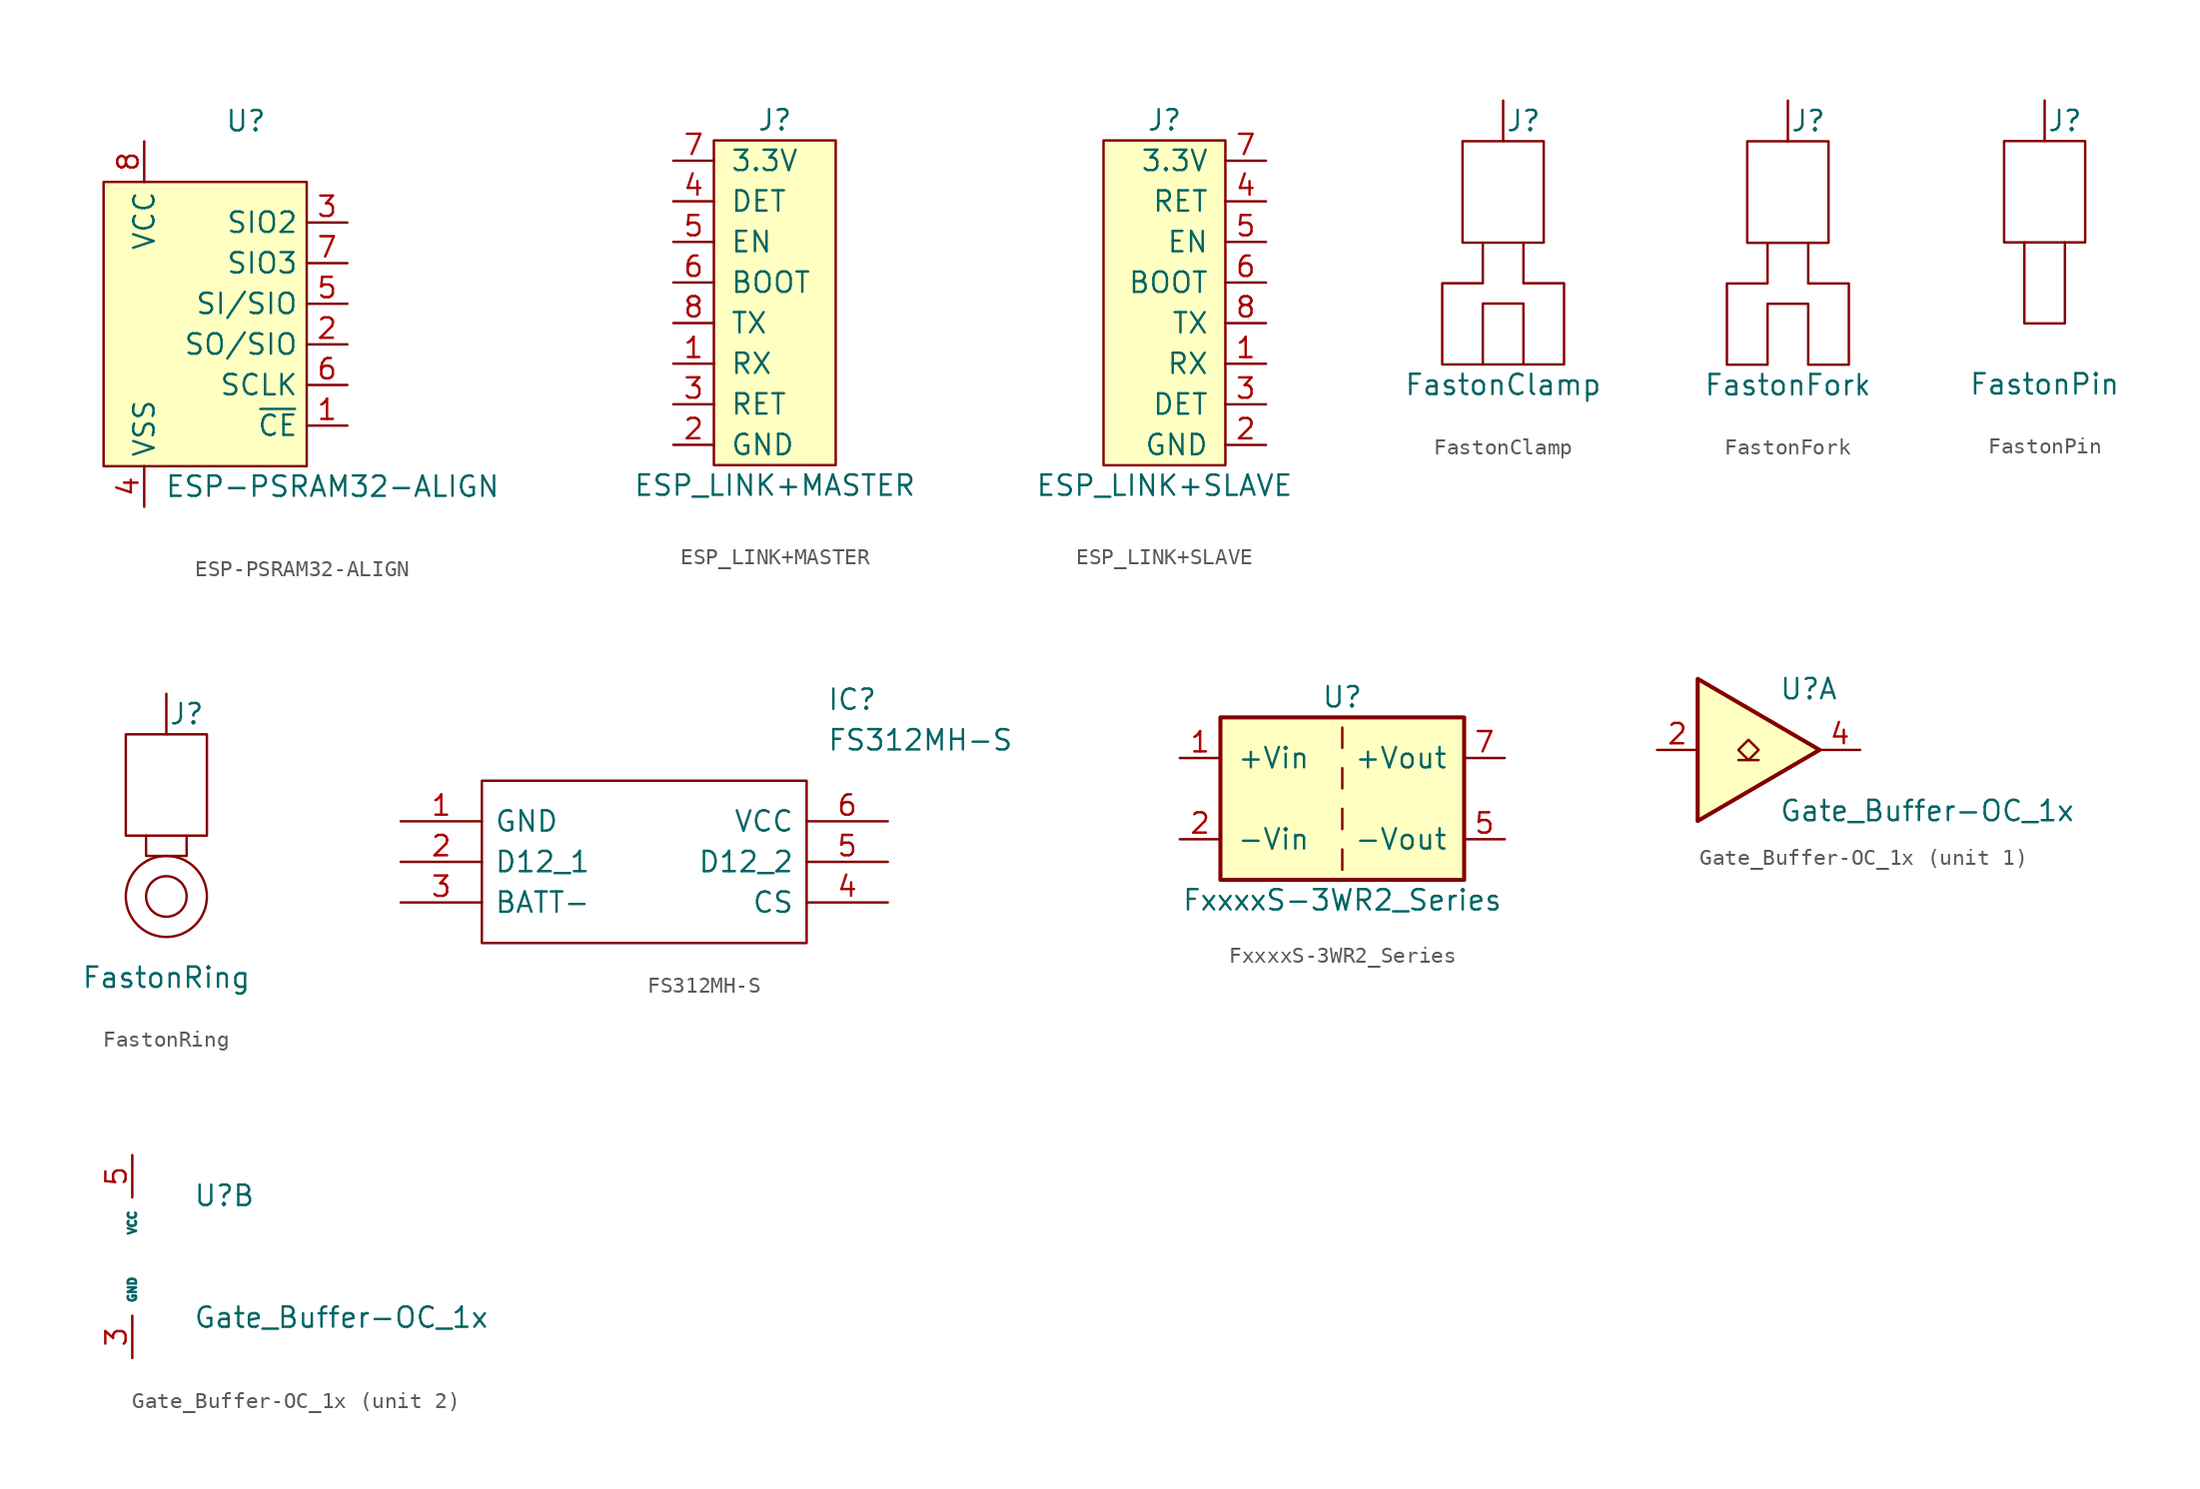
<source format=kicad_sym>
(kicad_symbol_lib
  (version 20211014)
  (generator kicad_symbol_editor)
  (symbol "ESP-PSRAM32-ALIGN"
    (property "Reference" "U"
      (at 3.81 11.43 0)
      (effects (font (size 1.27 1.27))))
    (property "Value" "ESP-PSRAM32-ALIGN"
      (at -1.27 -11.43 0)
      (effects (font (size 1.27 1.27)) (justify left)))
    (symbol "ESP-PSRAM32-ALIGN_0_1"
      (rectangle (start 7.62 -10.16) (end -5.08 7.62) (stroke (width 0) (type default) (color 0 0 0 0)) (fill (type background))))
    (symbol "ESP-PSRAM32-ALIGN_1_1"
      (pin input line (at 10.16 -7.62 180) (length 2.54) (name "~{CE}" (effects (font (size 1.27 1.27)))) (number "1" (effects (font (size 1.27 1.27)))))
      (pin output line (at 10.16 -2.54 180) (length 2.54) (name "SO/SIO" (effects (font (size 1.27 1.27)))) (number "2" (effects (font (size 1.27 1.27)))))
      (pin bidirectional line (at 10.16 5.08 180) (length 2.54) (name "SIO2" (effects (font (size 1.27 1.27)))) (number "3" (effects (font (size 1.27 1.27)))))
      (pin power_in line (at -2.54 -12.7 90) (length 2.54) (name "VSS" (effects (font (size 1.27 1.27)))) (number "4" (effects (font (size 1.27 1.27)))))
      (pin input line (at 10.16 0 180) (length 2.54) (name "SI/SIO" (effects (font (size 1.27 1.27)))) (number "5" (effects (font (size 1.27 1.27)))))
      (pin output line (at 10.16 -5.08 180) (length 2.54) (name "SCLK" (effects (font (size 1.27 1.27)))) (number "6" (effects (font (size 1.27 1.27)))))
      (pin bidirectional line (at 10.16 2.54 180) (length 2.54) (name "SIO3" (effects (font (size 1.27 1.27)))) (number "7" (effects (font (size 1.27 1.27)))))
      (pin power_in line (at -2.54 10.16 270) (length 2.54) (name "VCC" (effects (font (size 1.27 1.27)))) (number "8" (effects (font (size 1.27 1.27)))))))
  (symbol "ESP_LINK+MASTER"
    (pin_names
      (offset 1.016))
    (property "Reference" "J"
      (at 0 11.43 0)
      (effects (font (size 1.27 1.27))))
    (property "Value" "ESP_LINK+MASTER"
      (at 0 -11.43 0)
      (effects (font (size 1.27 1.27))))
    (symbol "ESP_LINK+MASTER_0_1"
      (rectangle (start 3.81 10.16) (end -3.81 -10.16) (stroke (width 0) (type default) (color 0 0 0 0)) (fill (type background))))
    (symbol "ESP_LINK+MASTER_1_1"
      (pin output line (at -6.35 -3.81 0) (length 2.54) (name "RX" (effects (font (size 1.27 1.27)))) (number "1" (effects (font (size 1.27 1.27)))))
      (pin power_in line (at -6.35 -8.89 0) (length 2.54) (name "GND" (effects (font (size 1.27 1.27)))) (number "2" (effects (font (size 1.27 1.27)))))
      (pin power_in line (at -6.35 -6.35 0) (length 2.54) (name "RET" (effects (font (size 1.27 1.27)))) (number "3" (effects (font (size 1.27 1.27)))))
      (pin output line (at -6.35 6.35 0) (length 2.54) (name "DET" (effects (font (size 1.27 1.27)))) (number "4" (effects (font (size 1.27 1.27)))))
      (pin open_collector line (at -6.35 3.81 0) (length 2.54) (name "EN" (effects (font (size 1.27 1.27)))) (number "5" (effects (font (size 1.27 1.27)))))
      (pin open_collector line (at -6.35 1.27 0) (length 2.54) (name "BOOT" (effects (font (size 1.27 1.27)))) (number "6" (effects (font (size 1.27 1.27)))))
      (pin power_in line (at -6.35 8.89 0) (length 2.54) (name "3.3V" (effects (font (size 1.27 1.27)))) (number "7" (effects (font (size 1.27 1.27)))))
      (pin input line (at -6.35 -1.27 0) (length 2.54) (name "TX" (effects (font (size 1.27 1.27)))) (number "8" (effects (font (size 1.27 1.27)))))))
  (symbol "ESP_LINK+SLAVE"
    (pin_names
      (offset 1.016))
    (property "Reference" "J"
      (at 0 11.43 0)
      (effects (font (size 1.27 1.27))))
    (property "Value" "ESP_LINK+SLAVE"
      (at 0 -11.43 0)
      (effects (font (size 1.27 1.27))))
    (symbol "ESP_LINK+SLAVE_0_1"
      (rectangle (start -3.81 10.16) (end 3.81 -10.16) (stroke (width 0) (type default) (color 0 0 0 0)) (fill (type background))))
    (symbol "ESP_LINK+SLAVE_1_1"
      (pin input line (at 6.35 -3.81 180) (length 2.54) (name "RX" (effects (font (size 1.27 1.27)))) (number "1" (effects (font (size 1.27 1.27)))))
      (pin passive line (at 6.35 -8.89 180) (length 2.54) (name "GND" (effects (font (size 1.27 1.27)))) (number "2" (effects (font (size 1.27 1.27)))))
      (pin output line (at 6.35 -6.35 180) (length 2.54) (name "DET" (effects (font (size 1.27 1.27)))) (number "3" (effects (font (size 1.27 1.27)))))
      (pin power_in line (at 6.35 6.35 180) (length 2.54) (name "RET" (effects (font (size 1.27 1.27)))) (number "4" (effects (font (size 1.27 1.27)))))
      (pin open_collector line (at 6.35 3.81 180) (length 2.54) (name "EN" (effects (font (size 1.27 1.27)))) (number "5" (effects (font (size 1.27 1.27)))))
      (pin open_collector line (at 6.35 1.27 180) (length 2.54) (name "BOOT" (effects (font (size 1.27 1.27)))) (number "6" (effects (font (size 1.27 1.27)))))
      (pin power_out line (at 6.35 8.89 180) (length 2.54) (name "3.3V" (effects (font (size 1.27 1.27)))) (number "7" (effects (font (size 1.27 1.27)))))
      (pin output line (at 6.35 -1.27 180) (length 2.54) (name "TX" (effects (font (size 1.27 1.27)))) (number "8" (effects (font (size 1.27 1.27)))))))
  (symbol "FastonClamp"
    (pin_numbers hide)
    (pin_names
      (offset 1.016))
    (property "Reference" "J"
      (at 1.27 8.89 0)
      (effects (font (size 1.27 1.27))))
    (property "Value" "FastonClamp"
      (at 0 -7.62 0)
      (effects (font (size 1.27 1.27))))
    (symbol "FastonClamp_0_1"
      (rectangle (start -2.54 7.62) (end 2.54 1.27) (stroke (width 0) (type default) (color 0 0 0 0)) (fill (type none)))
      (polyline (pts (xy -1.27 -6.35) (xy 1.27 -6.35)) (stroke (width 0) (type default) (color 0 0 0 0)) (fill (type none)))
      (polyline (pts (xy -1.27 1.27) (xy -1.27 -1.27) (xy -3.81 -1.27) (xy -3.81 -6.35) (xy -1.27 -6.35) (xy -1.27 -2.54) (xy 1.27 -2.54) (xy 1.27 -6.35) (xy 3.81 -6.35) (xy 3.81 -1.27) (xy 1.27 -1.27) (xy 1.27 1.27)) (stroke (width 0) (type default) (color 0 0 0 0)) (fill (type none))))
    (symbol "FastonClamp_1_1"
      (pin passive line (at 0 10.16 270) (length 2.54) (name "~" (effects (font (size 1.27 1.27)))) (number "1" (effects (font (size 1.27 1.27)))))))
  (symbol "FastonFork"
    (pin_numbers hide)
    (pin_names
      (offset 1.016))
    (property "Reference" "J"
      (at 1.27 8.89 0)
      (effects (font (size 1.27 1.27))))
    (property "Value" "FastonFork"
      (at 0 -7.62 0)
      (effects (font (size 1.27 1.27))))
    (symbol "FastonFork_0_1"
      (rectangle (start -2.54 7.62) (end 2.54 1.27) (stroke (width 0) (type default) (color 0 0 0 0)) (fill (type none)))
      (polyline (pts (xy -1.27 1.27) (xy -1.27 -1.27) (xy -3.81 -1.27) (xy -3.81 -6.35) (xy -1.27 -6.35) (xy -1.27 -2.54) (xy 1.27 -2.54) (xy 1.27 -6.35) (xy 3.81 -6.35) (xy 3.81 -1.27) (xy 1.27 -1.27) (xy 1.27 1.27)) (stroke (width 0) (type default) (color 0 0 0 0)) (fill (type none))))
    (symbol "FastonFork_1_1"
      (pin passive line (at 0 10.16 270) (length 2.54) (name "~" (effects (font (size 1.27 1.27)))) (number "1" (effects (font (size 1.27 1.27)))))))
  (symbol "FastonPin"
    (pin_numbers hide)
    (pin_names
      (offset 1.016))
    (property "Reference" "J"
      (at 1.27 8.89 0)
      (effects (font (size 1.27 1.27))))
    (property "Value" "FastonPin"
      (at 0 -7.62 0)
      (effects (font (size 1.27 1.27))))
    (symbol "FastonPin_0_1"
      (rectangle (start -2.54 7.62) (end 2.54 1.27) (stroke (width 0) (type default) (color 0 0 0 0)) (fill (type none)))
      (polyline (pts (xy 1.27 1.27) (xy 1.27 -3.81) (xy -1.27 -3.81) (xy -1.27 1.27)) (stroke (width 0) (type default) (color 0 0 0 0)) (fill (type none))))
    (symbol "FastonPin_1_1"
      (pin passive line (at 0 10.16 270) (length 2.54) (name "~" (effects (font (size 1.27 1.27)))) (number "1" (effects (font (size 1.27 1.27)))))))
  (symbol "FastonRing"
    (pin_numbers hide)
    (pin_names
      (offset 1.016))
    (property "Reference" "J"
      (at 1.27 8.89 0)
      (effects (font (size 1.27 1.27))))
    (property "Value" "FastonRing"
      (at 0 -7.62 0)
      (effects (font (size 1.27 1.27))))
    (symbol "FastonRing_0_1"
      (rectangle (start -2.54 7.62) (end 2.54 1.27) (stroke (width 0) (type default) (color 0 0 0 0)) (fill (type none)))
      (circle (center 0 -2.54) (radius 1.27) (stroke (width 0) (type default) (color 0 0 0 0)) (fill (type none)))
      (circle (center 0 -2.54) (radius 2.54) (stroke (width 0) (type default) (color 0 0 0 0)) (fill (type none)))
      (polyline (pts (xy -1.27 1.27) (xy -1.27 0) (xy 1.27 0) (xy 1.27 1.27)) (stroke (width 0) (type default) (color 0 0 0 0)) (fill (type none))))
    (symbol "FastonRing_1_1"
      (pin passive line (at 0 10.16 270) (length 2.54) (name "~" (effects (font (size 1.27 1.27)))) (number "1" (effects (font (size 1.27 1.27)))))))
  (symbol "FS312MH-S"
    (pin_names
      (offset 0.762))
    (property "Reference" "IC"
      (at 26.67 7.62 0)
      (effects (font (size 1.27 1.27)) (justify left)))
    (property "Value" "FS312MH-S"
      (at 26.67 5.08 0)
      (effects (font (size 1.27 1.27)) (justify left)))
    (symbol "FS312MH-S_0_0"
      (pin power_in line (at 0 0 0) (length 5.08) (name "GND" (effects (font (size 1.27 1.27)))) (number "1" (effects (font (size 1.27 1.27)))))
      (pin unspecified line (at 0 -2.54 0) (length 5.08) (name "D12_1" (effects (font (size 1.27 1.27)))) (number "2" (effects (font (size 1.27 1.27)))))
      (pin unspecified line (at 0 -5.08 0) (length 5.08) (name "BATT-" (effects (font (size 1.27 1.27)))) (number "3" (effects (font (size 1.27 1.27)))))
      (pin input line (at 30.48 -5.08 180) (length 5.08) (name "CS" (effects (font (size 1.27 1.27)))) (number "4" (effects (font (size 1.27 1.27)))))
      (pin unspecified line (at 30.48 -2.54 180) (length 5.08) (name "D12_2" (effects (font (size 1.27 1.27)))) (number "5" (effects (font (size 1.27 1.27)))))
      (pin power_in line (at 30.48 0 180) (length 5.08) (name "VCC" (effects (font (size 1.27 1.27)))) (number "6" (effects (font (size 1.27 1.27))))))
    (symbol "FS312MH-S_0_1"
      (polyline (pts (xy 5.08 2.54) (xy 25.4 2.54) (xy 25.4 -7.62) (xy 5.08 -7.62) (xy 5.08 2.54)) (stroke (width 0.152) (type default) (color 0 0 0 0)) (fill (type none)))))
  (symbol "FxxxxS-3WR2_Series"
    (pin_names
      (offset 1.016))
    (property "Reference" "U"
      (at 0 6.35 0)
      (effects (font (size 1.27 1.27))))
    (property "Value" "FxxxxS-3WR2_Series"
      (at 0 -6.35 0)
      (effects (font (size 1.27 1.27))))
    (symbol "FxxxxS-3WR2_Series_1_1"
      (rectangle (start -7.62 5.08) (end 7.62 -5.08) (stroke (width 0.254) (type default) (color 0 0 0 0)) (fill (type background)))
      (polyline (pts (xy 0 -3.175) (xy 0 -4.445)) (stroke (width 0) (type default) (color 0 0 0 0)) (fill (type none)))
      (polyline (pts (xy 0 -0.635) (xy 0 -1.905)) (stroke (width 0) (type default) (color 0 0 0 0)) (fill (type none)))
      (polyline (pts (xy 0 1.905) (xy 0 0.635)) (stroke (width 0) (type default) (color 0 0 0 0)) (fill (type none)))
      (polyline (pts (xy 0 4.445) (xy 0 3.175)) (stroke (width 0) (type default) (color 0 0 0 0)) (fill (type none)))
      (pin power_in line (at -10.16 2.54 0) (length 2.54) (name "+Vin" (effects (font (size 1.27 1.27)))) (number "1" (effects (font (size 1.27 1.27)))))
      (pin power_in line (at -10.16 -2.54 0) (length 2.54) (name "-Vin" (effects (font (size 1.27 1.27)))) (number "2" (effects (font (size 1.27 1.27)))))
      (pin power_out line (at 10.16 -2.54 180) (length 2.54) (name "-Vout" (effects (font (size 1.27 1.27)))) (number "5" (effects (font (size 1.27 1.27)))))
      (pin power_out line (at 10.16 2.54 180) (length 2.54) (name "+Vout" (effects (font (size 1.27 1.27)))) (number "7" (effects (font (size 1.27 1.27)))))))
  (symbol "Gate_Buffer-OC_1x"
    (pin_names
      (offset 0.762))
    (property "Reference" "U"
      (at 1.27 3.81 0)
      (effects (font (size 1.27 1.27)) (justify left)))
    (property "Value" "Gate_Buffer-OC_1x"
      (at 1.27 -3.81 0)
      (effects (font (size 1.27 1.27)) (justify left)))
    (property "ki_locked" ""
      (at 0 0 0)
      (effects (font (size 1.27 1.27))))
    (symbol "Gate_Buffer-OC_1x_1_0"
      (polyline (pts (xy -3.81 4.445) (xy -3.81 -4.445) (xy 3.81 0) (xy -3.81 4.445)) (stroke (width 0.254) (type default) (color 0 0 0 0)) (fill (type background)))
      (pin input line (at -6.35 0 0) (length 2.54) (name "" (effects (font (size 1.27 1.27)))) (number "2" (effects (font (size 1.27 1.27)))))
      (pin open_collector line (at 6.35 0 180) (length 2.54) (name "" (effects (font (size 1.27 1.27)))) (number "4" (effects (font (size 1.27 1.27))))))
    (symbol "Gate_Buffer-OC_1x_1_1"
      (polyline (pts (xy -1.27 -0.635) (xy 0 -0.635)) (stroke (width 0.152) (type default) (color 0 0 0 0)) (fill (type none)))
      (polyline (pts (xy -0.635 -0.635) (xy -1.27 0) (xy -0.635 0.635) (xy 0 0) (xy -0.635 -0.635)) (stroke (width 0.152) (type default) (color 0 0 0 0)) (fill (type none))))
    (symbol "Gate_Buffer-OC_1x_2_1"
      (pin power_in line (at -2.54 -6.35 90) (length 2.646) (name "GND" (effects (font (size 0.508 0.508)))) (number "3" (effects (font (size 1.27 1.27)))))
      (pin power_in line (at -2.54 6.35 270) (length 2.646) (name "VCC" (effects (font (size 0.508 0.508)))) (number "5" (effects (font (size 1.27 1.27))))))))
</source>
